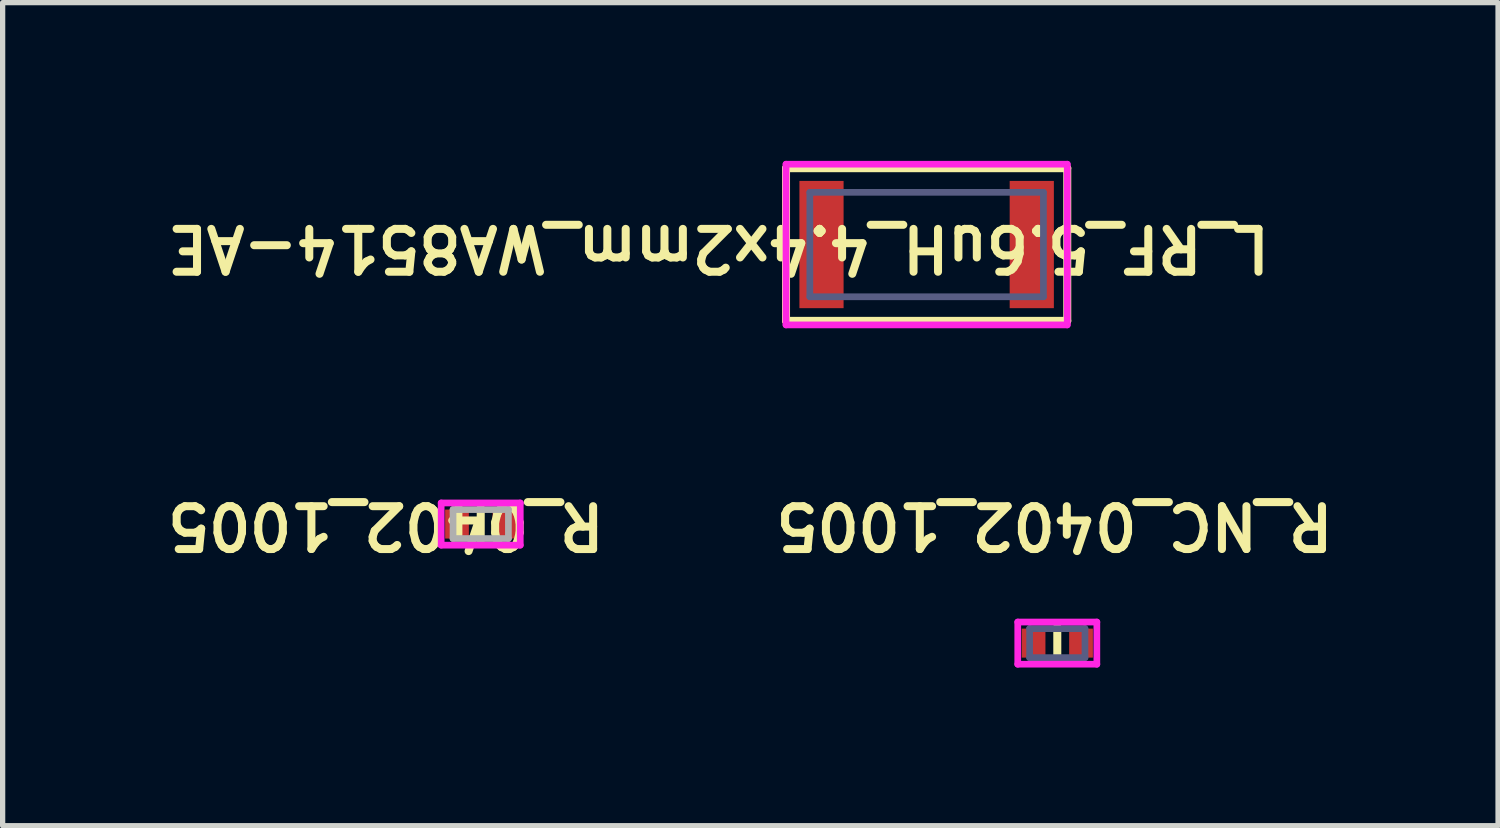
<source format=kicad_pcb>
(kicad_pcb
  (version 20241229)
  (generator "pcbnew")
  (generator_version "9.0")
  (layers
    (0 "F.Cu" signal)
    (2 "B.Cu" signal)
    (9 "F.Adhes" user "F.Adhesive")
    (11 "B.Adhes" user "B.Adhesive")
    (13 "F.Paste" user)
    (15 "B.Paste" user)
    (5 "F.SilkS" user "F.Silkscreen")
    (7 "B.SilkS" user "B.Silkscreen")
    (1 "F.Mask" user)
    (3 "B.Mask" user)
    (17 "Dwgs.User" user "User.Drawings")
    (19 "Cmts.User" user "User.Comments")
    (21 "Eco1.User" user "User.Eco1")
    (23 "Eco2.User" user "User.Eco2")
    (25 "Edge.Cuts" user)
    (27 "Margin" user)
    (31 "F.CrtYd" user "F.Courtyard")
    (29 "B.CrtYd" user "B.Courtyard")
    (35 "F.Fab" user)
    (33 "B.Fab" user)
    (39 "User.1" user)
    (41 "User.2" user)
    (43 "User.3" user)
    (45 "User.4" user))
  (footprint "R_0402_1005"
    (layer "F.Cu")
    (at 6.067 6.889)
    (property "Reference" "R_0402_1005" (at -1.798 0.029 180) (unlocked yes) (layer "F.SilkS") (effects (font (size 0.813 0.813) (thickness 0.152))))
    (attr smd)
    (fp_line (start 0 -0.305) (end 0 0.305) (stroke (width 0.152) (type solid)) (layer "F.SilkS"))
    (fp_line (start -0.75 -0.4) (end -0.75 0.4) (stroke (width 0.127) (type solid)) (layer "F.CrtYd"))
    (fp_line (start -0.75 -0.4) (end 0.75 -0.4) (stroke (width 0.127) (type solid)) (layer "F.CrtYd"))
    (fp_line (start -0.75 0.4) (end 0.75 0.4) (stroke (width 0.127) (type solid)) (layer "F.CrtYd"))
    (fp_line (start 0.75 -0.4) (end 0.75 0.4) (stroke (width 0.127) (type solid)) (layer "F.CrtYd"))
    (fp_line (start -0.525 -0.275) (end -0.525 0.275) (stroke (width 0.127) (type solid)) (layer "F.Fab"))
    (fp_line (start 0.525 -0.275) (end -0.525 -0.275) (stroke (width 0.127) (type solid)) (layer "F.Fab"))
    (fp_line (start 0.525 -0.275) (end 0.525 0.275) (stroke (width 0.127) (type solid)) (layer "F.Fab"))
    (fp_line (start 0.525 0.275) (end -0.525 0.275) (stroke (width 0.127) (type solid)) (layer "F.Fab"))
    (pad "1" smd rect (at -0.45 0 270) (size 0.55 0.45) (layers "F.Cu" "F.Mask" "F.Paste"))
    (pad "2" smd rect (at 0.45 0 270) (size 0.55 0.45) (layers "F.Cu" "F.Mask" "F.Paste")))
  (footprint "R_NC_0402_1005"
    (layer "F.Cu")
    (at 17.002 9.147)
    (property "Reference" "R_NC_0402_1005" (at -0.052 -2.229 180) (unlocked yes) (layer "F.SilkS") (effects (font (size 0.813 0.813) (thickness 0.152))))
    (attr smd)
    (fp_line (start 0 -0.305) (end 0 0.305) (stroke (width 0.152) (type solid)) (layer "F.SilkS"))
    (fp_line (start -0.75 -0.4) (end -0.75 0.4) (stroke (width 0.127) (type solid)) (layer "F.CrtYd"))
    (fp_line (start 0.75 -0.4) (end -0.75 -0.4) (stroke (width 0.127) (type solid)) (layer "F.CrtYd"))
    (fp_line (start 0.75 -0.4) (end 0.75 0.4) (stroke (width 0.127) (type solid)) (layer "F.CrtYd"))
    (fp_line (start 0.75 0.4) (end -0.75 0.4) (stroke (width 0.127) (type solid)) (layer "F.CrtYd"))
    (fp_line (start -0.525 -0.275) (end -0.525 0.275) (stroke (width 0.127) (type solid)) (layer "B.Fab"))
    (fp_line (start 0.525 -0.275) (end -0.525 -0.275) (stroke (width 0.127) (type solid)) (layer "B.Fab"))
    (fp_line (start 0.525 -0.275) (end 0.525 0.275) (stroke (width 0.127) (type solid)) (layer "B.Fab"))
    (fp_line (start 0.525 0.275) (end -0.525 0.275) (stroke (width 0.127) (type solid)) (layer "B.Fab"))
    (pad "1" smd rect (at -0.45 0 90) (size 0.55 0.45) (layers "F.Cu" "F.Mask" "F.Paste"))
    (pad "2" smd rect (at 0.45 0 90) (size 0.55 0.45) (layers "F.Cu" "F.Mask" "F.Paste")))
  (footprint "L_RF_5.6uH_4.4x2mm_WA8514-AE"
    (layer "F.Cu")
    (at 14.524 1.588)
    (property "Reference" "L_RF_5.6uH_4.4x2mm_WA8514-AE" (at -3.946 0.071 180) (unlocked yes) (layer "F.SilkS") (effects (font (size 0.813 0.813) (thickness 0.152))))
    (attr smd)
    (fp_line (start -2.667 -1.448) (end -2.667 1.448) (stroke (width 0.152) (type solid)) (layer "F.SilkS"))
    (fp_line (start 2.667 -1.448) (end -2.667 -1.448) (stroke (width 0.152) (type solid)) (layer "F.SilkS"))
    (fp_line (start 2.667 -1.448) (end 2.667 1.448) (stroke (width 0.152) (type solid)) (layer "F.SilkS"))
    (fp_line (start 2.667 1.448) (end -2.667 1.448) (stroke (width 0.152) (type solid)) (layer "F.SilkS"))
    (fp_line (start -2.667 -1.524) (end -2.667 1.524) (stroke (width 0.127) (type solid)) (layer "F.CrtYd"))
    (fp_line (start 2.667 -1.524) (end -2.667 -1.524) (stroke (width 0.127) (type solid)) (layer "F.CrtYd"))
    (fp_line (start 2.667 -1.524) (end 2.667 1.524) (stroke (width 0.127) (type solid)) (layer "F.CrtYd"))
    (fp_line (start 2.667 1.524) (end -2.667 1.524) (stroke (width 0.127) (type solid)) (layer "F.CrtYd"))
    (fp_line (start -2.215 -0.99) (end -2.215 0.99) (stroke (width 0.127) (type solid)) (layer "B.Fab"))
    (fp_line (start 2.215 -0.99) (end -2.215 -0.99) (stroke (width 0.127) (type solid)) (layer "B.Fab"))
    (fp_line (start 2.215 -0.99) (end 2.215 0.99) (stroke (width 0.127) (type solid)) (layer "B.Fab"))
    (fp_line (start 2.215 0.99) (end -2.215 0.99) (stroke (width 0.127) (type solid)) (layer "B.Fab"))
    (pad "1" smd rect (at -1.994 -0.00008) (size 0.838 2.413) (layers "F.Cu" "F.Mask" "F.Paste"))
    (pad "2" smd rect (at 1.994 -0.00008) (size 0.838 2.413) (layers "F.Cu" "F.Mask" "F.Paste")))
  (gr_rect
    (start -3 -3)
    (end 25.361 12.61)
    (stroke (width 0.1) (type default))
    (fill no)
    (layer "Edge.Cuts")))
</source>
